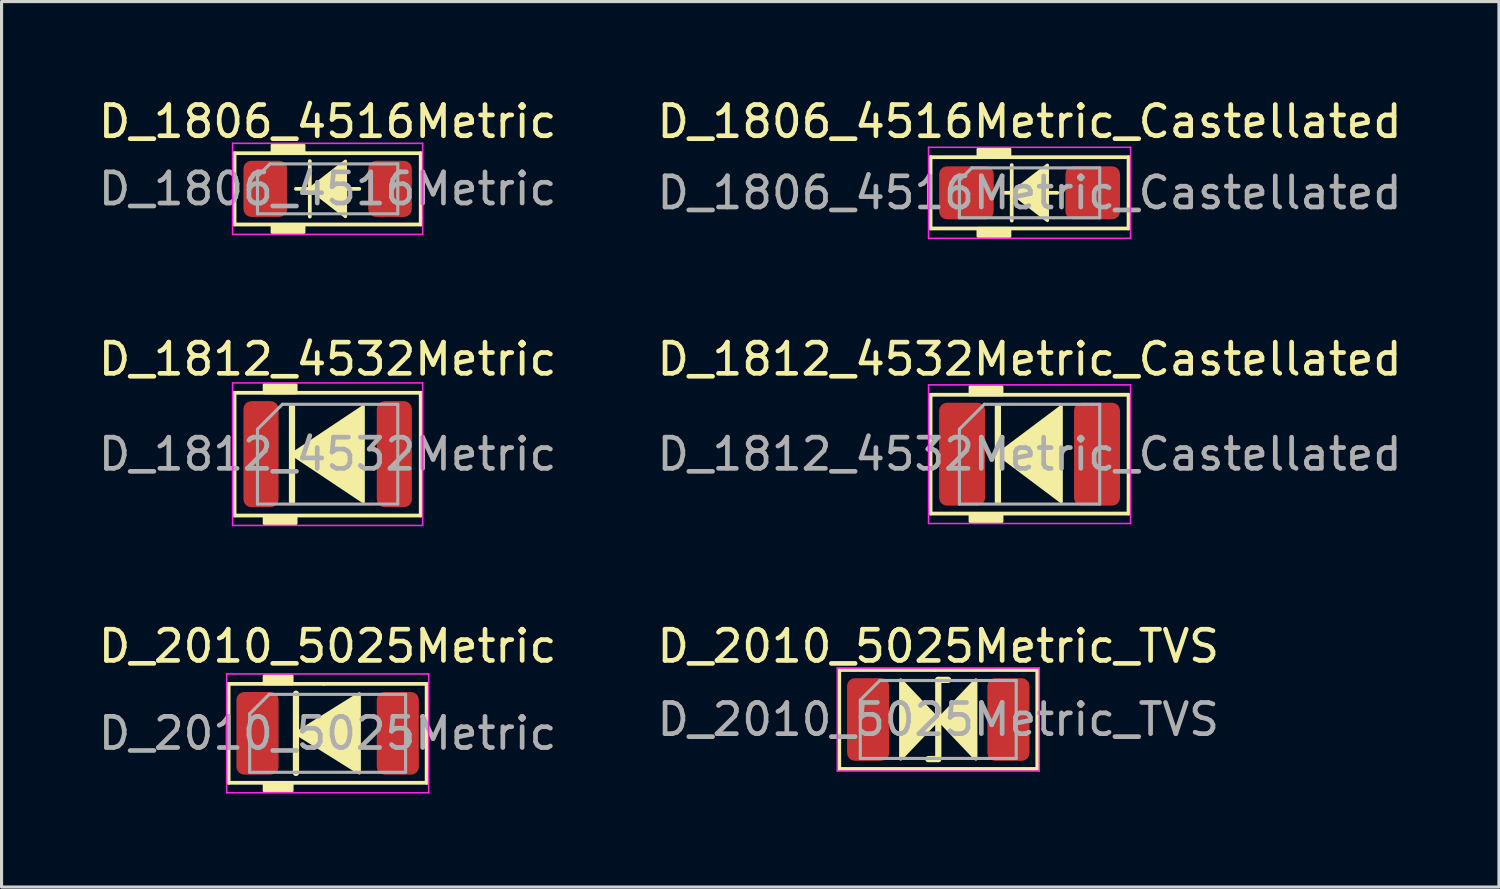
<source format=kicad_pcb>
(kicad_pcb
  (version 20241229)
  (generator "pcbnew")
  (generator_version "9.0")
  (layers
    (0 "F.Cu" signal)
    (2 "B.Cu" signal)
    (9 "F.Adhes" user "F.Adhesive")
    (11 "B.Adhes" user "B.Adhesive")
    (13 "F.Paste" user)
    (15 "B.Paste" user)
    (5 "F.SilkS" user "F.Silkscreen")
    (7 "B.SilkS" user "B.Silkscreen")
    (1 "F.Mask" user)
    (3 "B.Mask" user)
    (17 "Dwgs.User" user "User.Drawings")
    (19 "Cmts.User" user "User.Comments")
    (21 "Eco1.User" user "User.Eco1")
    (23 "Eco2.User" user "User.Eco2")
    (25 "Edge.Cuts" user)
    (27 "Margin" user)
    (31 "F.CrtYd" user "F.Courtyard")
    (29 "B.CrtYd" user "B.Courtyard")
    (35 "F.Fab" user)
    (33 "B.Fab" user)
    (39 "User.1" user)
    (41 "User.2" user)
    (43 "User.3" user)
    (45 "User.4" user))
  (footprint "D_1812_4532Metric_Castellated"
    (layer "F.Cu")
    (at 29.97 11.516)
    (property "Reference" "D_1812_4532Metric_Castellated" (at 0 -3.048 0) (layer "F.SilkS") (effects (font (size 1 1) (thickness 0.15))))
    (attr smd)
    (fp_line (start -3.175 -1.905) (end 3.175 -1.905) (stroke (width 0.12) (type solid)) (layer "F.SilkS"))
    (fp_line (start -3.175 1.905) (end -3.175 -1.905) (stroke (width 0.12) (type solid)) (layer "F.SilkS"))
    (fp_line (start -1.016 -1.524) (end -1.016 1.524) (stroke (width 0.2) (type solid)) (layer "F.SilkS"))
    (fp_line (start 3.175 -1.905) (end 3.175 1.905) (stroke (width 0.12) (type solid)) (layer "F.SilkS"))
    (fp_line (start 3.175 1.905) (end -3.175 1.905) (stroke (width 0.12) (type solid)) (layer "F.SilkS"))
    (fp_poly (pts (xy 1.016 1.524) (xy -1.016 0) (xy 1.016 -1.524)) (stroke (width 0.1) (type solid)) (fill yes) (layer "F.SilkS"))
    (fp_poly (pts (xy -0.889 -1.905) (xy -1.905 -1.905) (xy -1.905 -2.159) (xy -0.889 -2.159)) (stroke (width 0.1) (type solid)) (fill yes) (layer "F.SilkS"))
    (fp_poly (pts (xy -0.889 2.159) (xy -1.905 2.159) (xy -1.905 1.905) (xy -0.889 1.905)) (stroke (width 0.1) (type solid)) (fill yes) (layer "F.SilkS"))
    (fp_line (start -3.239 -2.223) (end 3.239 -2.223) (stroke (width 0.05) (type solid)) (layer "F.CrtYd"))
    (fp_line (start -3.239 2.223) (end -3.239 -2.223) (stroke (width 0.05) (type solid)) (layer "F.CrtYd"))
    (fp_line (start 3.239 -2.223) (end 3.239 2.223) (stroke (width 0.05) (type solid)) (layer "F.CrtYd"))
    (fp_line (start 3.239 2.223) (end -3.239 2.223) (stroke (width 0.05) (type solid)) (layer "F.CrtYd"))
    (fp_line (start -2.25 -0.8) (end -2.25 1.6) (stroke (width 0.1) (type solid)) (layer "F.Fab"))
    (fp_line (start -2.25 1.6) (end 2.25 1.6) (stroke (width 0.1) (type solid)) (layer "F.Fab"))
    (fp_line (start -1.45 -1.6) (end -2.25 -0.8) (stroke (width 0.1) (type solid)) (layer "F.Fab"))
    (fp_line (start 2.25 -1.6) (end -1.45 -1.6) (stroke (width 0.1) (type solid)) (layer "F.Fab"))
    (fp_line (start 2.25 1.6) (end 2.25 -1.6) (stroke (width 0.1) (type solid)) (layer "F.Fab"))
    (fp_text user "${REFERENCE}" (at 0 0 0) (layer "F.Fab") (effects (font (size 1 1) (thickness 0.15))))
    (pad "1" smd roundrect (at -2.163 0) (size 1.475 3.3) (layers "F.Cu" "F.Mask" "F.Paste") (roundrect_rratio 0.169))
    (pad "2" smd roundrect (at 2.163 0) (size 1.475 3.3) (layers "F.Cu" "F.Mask" "F.Paste") (roundrect_rratio 0.169)))
  (footprint "D_1806_4516Metric_Castellated"
    (layer "F.Cu")
    (at 29.97 3.134)
    (property "Reference" "D_1806_4516Metric_Castellated" (at 0 -2.286 0) (layer "F.SilkS") (effects (font (size 1 1) (thickness 0.15))))
    (attr smd)
    (fp_line (start -3.175 -1.143) (end 3.175 -1.143) (stroke (width 0.12) (type solid)) (layer "F.SilkS"))
    (fp_line (start -3.175 1.143) (end -3.175 -1.143) (stroke (width 0.12) (type solid)) (layer "F.SilkS"))
    (fp_line (start -0.889 0) (end -0.572 0) (stroke (width 0.12) (type solid)) (layer "F.SilkS"))
    (fp_line (start -0.572 -0.889) (end -0.572 0.889) (stroke (width 0.12) (type solid)) (layer "F.SilkS"))
    (fp_line (start 0.572 0) (end 0.889 0) (stroke (width 0.12) (type solid)) (layer "F.SilkS"))
    (fp_line (start 3.175 -1.143) (end 3.175 1.143) (stroke (width 0.12) (type solid)) (layer "F.SilkS"))
    (fp_line (start 3.175 1.143) (end -3.175 1.143) (stroke (width 0.12) (type solid)) (layer "F.SilkS"))
    (fp_poly (pts (xy 0.572 0.889) (xy -0.572 0) (xy 0.572 -0.889)) (stroke (width 0.1) (type solid)) (fill yes) (layer "F.SilkS"))
    (fp_poly (pts (xy -0.635 -1.143) (xy -1.651 -1.143) (xy -1.651 -1.397) (xy -0.635 -1.397)) (stroke (width 0.1) (type solid)) (fill yes) (layer "F.SilkS"))
    (fp_poly (pts (xy -0.635 1.397) (xy -1.651 1.397) (xy -1.651 1.143) (xy -0.635 1.143)) (stroke (width 0.1) (type solid)) (fill yes) (layer "F.SilkS"))
    (fp_line (start -3.239 -1.46) (end 3.239 -1.46) (stroke (width 0.05) (type solid)) (layer "F.CrtYd"))
    (fp_line (start -3.239 1.46) (end -3.239 -1.46) (stroke (width 0.05) (type solid)) (layer "F.CrtYd"))
    (fp_line (start 3.239 -1.46) (end 3.239 1.46) (stroke (width 0.05) (type solid)) (layer "F.CrtYd"))
    (fp_line (start 3.239 1.46) (end -3.239 1.46) (stroke (width 0.05) (type solid)) (layer "F.CrtYd"))
    (fp_line (start -2.25 -0.4) (end -2.25 0.8) (stroke (width 0.1) (type solid)) (layer "F.Fab"))
    (fp_line (start -2.25 0.8) (end 2.25 0.8) (stroke (width 0.1) (type solid)) (layer "F.Fab"))
    (fp_line (start -1.85 -0.8) (end -2.25 -0.4) (stroke (width 0.1) (type solid)) (layer "F.Fab"))
    (fp_line (start 2.25 -0.8) (end -1.85 -0.8) (stroke (width 0.1) (type solid)) (layer "F.Fab"))
    (fp_line (start 2.25 0.8) (end 2.25 -0.8) (stroke (width 0.1) (type solid)) (layer "F.Fab"))
    (fp_text user "${REFERENCE}" (at 0 0 0) (layer "F.Fab") (effects (font (size 1 1) (thickness 0.15))))
    (pad "1" smd roundrect (at -2.025 0) (size 1.75 1.7) (layers "F.Cu" "F.Mask" "F.Paste") (roundrect_rratio 0.147))
    (pad "2" smd roundrect (at 2.025 0) (size 1.75 1.7) (layers "F.Cu" "F.Mask" "F.Paste") (roundrect_rratio 0.147)))
  (footprint "D_1806_4516Metric"
    (layer "F.Cu")
    (at 7.458 3.007)
    (property "Reference" "D_1806_4516Metric" (at 0 -2.159 0) (layer "F.SilkS") (effects (font (size 1 1) (thickness 0.15))))
    (attr smd)
    (fp_line (start -2.985 -1.143) (end -2.985 1.143) (stroke (width 0.12) (type solid)) (layer "F.SilkS"))
    (fp_line (start -2.985 1.143) (end 2.985 1.143) (stroke (width 0.12) (type solid)) (layer "F.SilkS"))
    (fp_line (start -1.016 0) (end -0.572 0) (stroke (width 0.12) (type solid)) (layer "F.SilkS"))
    (fp_line (start -0.572 -0.889) (end -0.572 0.889) (stroke (width 0.12) (type solid)) (layer "F.SilkS"))
    (fp_line (start 0.572 0) (end 1.016 0) (stroke (width 0.12) (type solid)) (layer "F.SilkS"))
    (fp_line (start 2.985 -1.143) (end -2.985 -1.143) (stroke (width 0.12) (type solid)) (layer "F.SilkS"))
    (fp_line (start 2.985 1.143) (end 2.985 -1.143) (stroke (width 0.12) (type solid)) (layer "F.SilkS"))
    (fp_poly (pts (xy 0.572 0.889) (xy -0.572 0) (xy 0.572 -0.889)) (stroke (width 0.1) (type solid)) (fill yes) (layer "F.SilkS"))
    (fp_poly (pts (xy -0.762 -1.143) (xy -1.778 -1.143) (xy -1.778 -1.397) (xy -0.762 -1.397)) (stroke (width 0.1) (type solid)) (fill yes) (layer "F.SilkS"))
    (fp_poly (pts (xy -0.762 1.397) (xy -1.778 1.397) (xy -1.778 1.143) (xy -0.762 1.143)) (stroke (width 0.1) (type solid)) (fill yes) (layer "F.SilkS"))
    (fp_line (start -3.048 -1.46) (end 3.048 -1.46) (stroke (width 0.05) (type solid)) (layer "F.CrtYd"))
    (fp_line (start -3.048 1.46) (end -3.048 -1.46) (stroke (width 0.05) (type solid)) (layer "F.CrtYd"))
    (fp_line (start 3.048 -1.46) (end 3.048 1.46) (stroke (width 0.05) (type solid)) (layer "F.CrtYd"))
    (fp_line (start 3.048 1.46) (end -3.048 1.46) (stroke (width 0.05) (type solid)) (layer "F.CrtYd"))
    (fp_line (start -2.25 -0.4) (end -2.25 0.8) (stroke (width 0.1) (type solid)) (layer "F.Fab"))
    (fp_line (start -2.25 0.8) (end 2.25 0.8) (stroke (width 0.1) (type solid)) (layer "F.Fab"))
    (fp_line (start -1.85 -0.8) (end -2.25 -0.4) (stroke (width 0.1) (type solid)) (layer "F.Fab"))
    (fp_line (start 2.25 -0.8) (end -1.85 -0.8) (stroke (width 0.1) (type solid)) (layer "F.Fab"))
    (fp_line (start 2.25 0.8) (end 2.25 -0.8) (stroke (width 0.1) (type solid)) (layer "F.Fab"))
    (fp_text user "${REFERENCE}" (at 0 0 0) (layer "F.Fab") (effects (font (size 1 1) (thickness 0.15))))
    (pad "1" smd roundrect (at -2 0) (size 1.4 1.8) (layers "F.Cu" "F.Mask" "F.Paste") (roundrect_rratio 0.179))
    (pad "2" smd roundrect (at 2 0) (size 1.4 1.8) (layers "F.Cu" "F.Mask" "F.Paste") (roundrect_rratio 0.179)))
  (footprint "D_1812_4532Metric"
    (layer "F.Cu")
    (at 7.458 11.516)
    (property "Reference" "D_1812_4532Metric" (at 0 -3.048 0) (layer "F.SilkS") (effects (font (size 1 1) (thickness 0.15))))
    (attr smd)
    (fp_line (start -2.985 -1.968) (end -2.985 1.968) (stroke (width 0.12) (type solid)) (layer "F.SilkS"))
    (fp_line (start -2.985 1.968) (end 2.985 1.968) (stroke (width 0.12) (type solid)) (layer "F.SilkS"))
    (fp_line (start -1.143 -1.524) (end -1.143 1.524) (stroke (width 0.2) (type solid)) (layer "F.SilkS"))
    (fp_line (start 2.985 -1.968) (end -2.985 -1.968) (stroke (width 0.12) (type solid)) (layer "F.SilkS"))
    (fp_line (start 2.985 1.968) (end 2.985 -1.968) (stroke (width 0.12) (type solid)) (layer "F.SilkS"))
    (fp_poly (pts (xy 1.143 1.524) (xy -1.143 0) (xy 1.143 -1.524)) (stroke (width 0.1) (type solid)) (fill yes) (layer "F.SilkS"))
    (fp_poly (pts (xy -1.016 -1.968) (xy -2.032 -1.968) (xy -2.032 -2.223) (xy -1.016 -2.223)) (stroke (width 0.1) (type solid)) (fill yes) (layer "F.SilkS"))
    (fp_poly (pts (xy -1.016 2.223) (xy -2.032 2.223) (xy -2.032 1.968) (xy -1.016 1.968)) (stroke (width 0.1) (type solid)) (fill yes) (layer "F.SilkS"))
    (fp_line (start -3.048 -2.286) (end 3.048 -2.286) (stroke (width 0.05) (type solid)) (layer "F.CrtYd"))
    (fp_line (start -3.048 2.286) (end -3.048 -2.286) (stroke (width 0.05) (type solid)) (layer "F.CrtYd"))
    (fp_line (start 3.048 -2.286) (end 3.048 2.286) (stroke (width 0.05) (type solid)) (layer "F.CrtYd"))
    (fp_line (start 3.048 2.286) (end -3.048 2.286) (stroke (width 0.05) (type solid)) (layer "F.CrtYd"))
    (fp_line (start -2.25 -0.8) (end -2.25 1.6) (stroke (width 0.1) (type solid)) (layer "F.Fab"))
    (fp_line (start -2.25 1.6) (end 2.25 1.6) (stroke (width 0.1) (type solid)) (layer "F.Fab"))
    (fp_line (start -1.45 -1.6) (end -2.25 -0.8) (stroke (width 0.1) (type solid)) (layer "F.Fab"))
    (fp_line (start 2.25 -1.6) (end -1.45 -1.6) (stroke (width 0.1) (type solid)) (layer "F.Fab"))
    (fp_line (start 2.25 1.6) (end 2.25 -1.6) (stroke (width 0.1) (type solid)) (layer "F.Fab"))
    (fp_text user "${REFERENCE}" (at 0 0 0) (layer "F.Fab") (effects (font (size 1 1) (thickness 0.15))))
    (pad "1" smd roundrect (at -2.138 0) (size 1.125 3.4) (layers "F.Cu" "F.Mask" "F.Paste") (roundrect_rratio 0.222))
    (pad "2" smd roundrect (at 2.138 0) (size 1.125 3.4) (layers "F.Cu" "F.Mask" "F.Paste") (roundrect_rratio 0.222)))
  (footprint "D_2010_5025Metric"
    (layer "F.Cu")
    (at 7.458 20.469)
    (property "Reference" "D_2010_5025Metric" (at 0 -2.794 0) (layer "F.SilkS") (effects (font (size 1 1) (thickness 0.15))))
    (attr smd)
    (fp_line (start -3.175 -1.587) (end -3.175 1.587) (stroke (width 0.12) (type solid)) (layer "F.SilkS"))
    (fp_line (start -3.175 1.587) (end 3.175 1.587) (stroke (width 0.12) (type solid)) (layer "F.SilkS"))
    (fp_line (start -1.016 -1.27) (end -1.016 1.27) (stroke (width 0.2) (type solid)) (layer "F.SilkS"))
    (fp_line (start -0.127 -1.587) (end -3.175 -1.587) (stroke (width 0.12) (type solid)) (layer "F.SilkS"))
    (fp_line (start 3.175 -1.587) (end -0.127 -1.587) (stroke (width 0.12) (type solid)) (layer "F.SilkS"))
    (fp_line (start 3.175 1.587) (end 3.175 -1.587) (stroke (width 0.12) (type solid)) (layer "F.SilkS"))
    (fp_poly (pts (xy 1.016 1.27) (xy -1.016 0) (xy 1.016 -1.27)) (stroke (width 0.1) (type solid)) (fill yes) (layer "F.SilkS"))
    (fp_poly (pts (xy -1.143 -1.587) (xy -2.032 -1.587) (xy -2.032 -1.841) (xy -1.143 -1.841)) (stroke (width 0.1) (type solid)) (fill yes) (layer "F.SilkS"))
    (fp_poly (pts (xy -1.143 1.841) (xy -2.032 1.841) (xy -2.032 1.587) (xy -1.143 1.587)) (stroke (width 0.1) (type solid)) (fill yes) (layer "F.SilkS"))
    (fp_line (start -3.239 -1.905) (end 3.239 -1.905) (stroke (width 0.05) (type solid)) (layer "F.CrtYd"))
    (fp_line (start -3.239 1.905) (end -3.239 -1.905) (stroke (width 0.05) (type solid)) (layer "F.CrtYd"))
    (fp_line (start 3.239 -1.905) (end 3.239 1.905) (stroke (width 0.05) (type solid)) (layer "F.CrtYd"))
    (fp_line (start 3.239 1.905) (end -3.239 1.905) (stroke (width 0.05) (type solid)) (layer "F.CrtYd"))
    (fp_line (start -2.5 -0.625) (end -2.5 1.25) (stroke (width 0.1) (type solid)) (layer "F.Fab"))
    (fp_line (start -2.5 1.25) (end 2.5 1.25) (stroke (width 0.1) (type solid)) (layer "F.Fab"))
    (fp_line (start -1.875 -1.25) (end -2.5 -0.625) (stroke (width 0.1) (type solid)) (layer "F.Fab"))
    (fp_line (start 2.5 -1.25) (end -1.875 -1.25) (stroke (width 0.1) (type solid)) (layer "F.Fab"))
    (fp_line (start 2.5 1.25) (end 2.5 -1.25) (stroke (width 0.1) (type solid)) (layer "F.Fab"))
    (fp_text user "${REFERENCE}" (at 0 0 0) (layer "F.Fab") (effects (font (size 1 1) (thickness 0.15))))
    (pad "1" smd roundrect (at -2.25 0) (size 1.35 2.65) (layers "F.Cu" "F.Mask" "F.Paste") (roundrect_rratio 0.185))
    (pad "2" smd roundrect (at 2.25 0) (size 1.35 2.65) (layers "F.Cu" "F.Mask" "F.Paste") (roundrect_rratio 0.185)))
  (footprint "D_2010_5025Metric_TVS"
    (layer "F.Cu")
    (at 27.042 20.025)
    (property "Reference" "D_2010_5025Metric_TVS" (at 0 -2.349 0) (layer "F.SilkS") (effects (font (size 1 1) (thickness 0.15))))
    (attr smd)
    (fp_line (start -3.175 -1.587) (end -3.175 1.587) (stroke (width 0.12) (type solid)) (layer "F.SilkS"))
    (fp_line (start -3.175 1.587) (end 3.175 1.587) (stroke (width 0.12) (type solid)) (layer "F.SilkS"))
    (fp_line (start -0.318 1.27) (end 0 1.27) (stroke (width 0.2) (type solid)) (layer "F.SilkS"))
    (fp_line (start -0.127 -1.587) (end -3.175 -1.587) (stroke (width 0.12) (type solid)) (layer "F.SilkS"))
    (fp_line (start 0 -1.27) (end 0 1.27) (stroke (width 0.2) (type solid)) (layer "F.SilkS"))
    (fp_line (start 0 -1.27) (end 0.318 -1.27) (stroke (width 0.2) (type solid)) (layer "F.SilkS"))
    (fp_line (start 3.175 -1.587) (end -0.127 -1.587) (stroke (width 0.12) (type solid)) (layer "F.SilkS"))
    (fp_line (start 3.175 1.587) (end 3.175 -1.587) (stroke (width 0.12) (type solid)) (layer "F.SilkS"))
    (fp_poly (pts (xy 0 0) (xy -1.206 1.27) (xy -1.206 -1.27)) (stroke (width 0.1) (type solid)) (fill yes) (layer "F.SilkS"))
    (fp_poly (pts (xy 0 0) (xy 1.206 -1.27) (xy 1.206 1.27)) (stroke (width 0.1) (type solid)) (fill yes) (layer "F.SilkS"))
    (fp_line (start -3.239 -1.651) (end 3.239 -1.651) (stroke (width 0.05) (type solid)) (layer "F.CrtYd"))
    (fp_line (start -3.239 1.651) (end -3.239 -1.651) (stroke (width 0.05) (type solid)) (layer "F.CrtYd"))
    (fp_line (start 3.239 -1.651) (end 3.239 1.651) (stroke (width 0.05) (type solid)) (layer "F.CrtYd"))
    (fp_line (start 3.239 1.651) (end -3.239 1.651) (stroke (width 0.05) (type solid)) (layer "F.CrtYd"))
    (fp_line (start -2.5 -0.625) (end -2.5 1.25) (stroke (width 0.1) (type solid)) (layer "F.Fab"))
    (fp_line (start -2.5 1.25) (end 2.5 1.25) (stroke (width 0.1) (type solid)) (layer "F.Fab"))
    (fp_line (start -1.875 -1.25) (end -2.5 -0.625) (stroke (width 0.1) (type solid)) (layer "F.Fab"))
    (fp_line (start 2.5 -1.25) (end -1.875 -1.25) (stroke (width 0.1) (type solid)) (layer "F.Fab"))
    (fp_line (start 2.5 1.25) (end 2.5 -1.25) (stroke (width 0.1) (type solid)) (layer "F.Fab"))
    (fp_text user "${REFERENCE}" (at 0 0 0) (layer "F.Fab") (effects (font (size 1 1) (thickness 0.15))))
    (pad "1" smd roundrect (at -2.25 0) (size 1.35 2.65) (layers "F.Cu" "F.Mask" "F.Paste") (roundrect_rratio 0.185))
    (pad "2" smd roundrect (at 2.25 0) (size 1.35 2.65) (layers "F.Cu" "F.Mask" "F.Paste") (roundrect_rratio 0.185)))
  (gr_rect
    (start -3 -3)
    (end 45.024 25.399)
    (stroke (width 0.1) (type default))
    (fill no)
    (layer "Edge.Cuts")))
</source>
